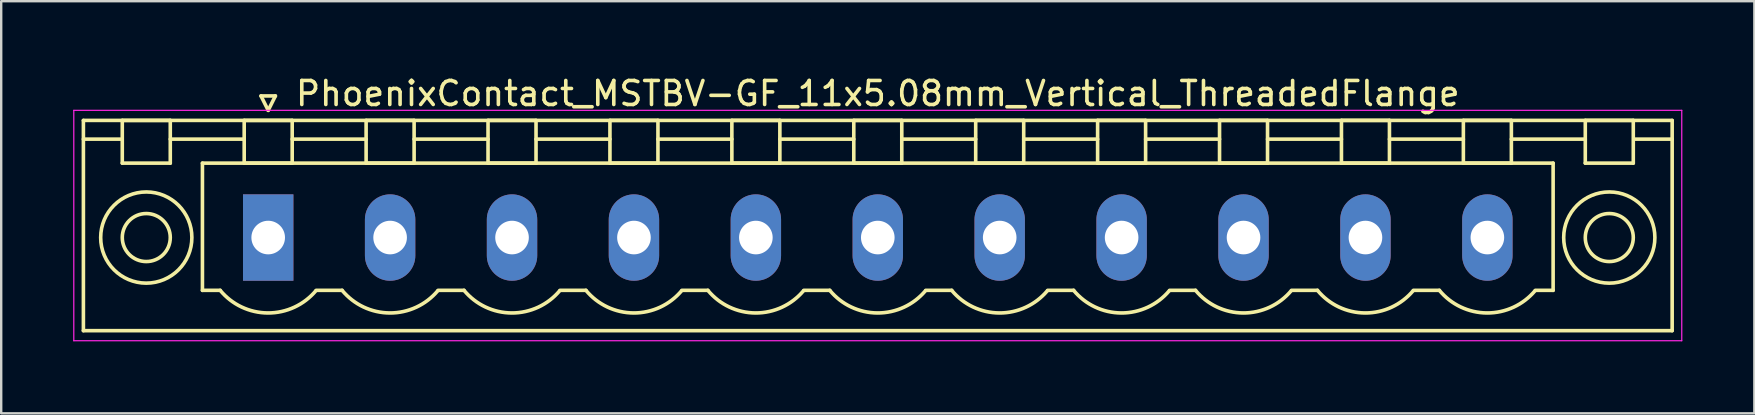
<source format=kicad_pcb>
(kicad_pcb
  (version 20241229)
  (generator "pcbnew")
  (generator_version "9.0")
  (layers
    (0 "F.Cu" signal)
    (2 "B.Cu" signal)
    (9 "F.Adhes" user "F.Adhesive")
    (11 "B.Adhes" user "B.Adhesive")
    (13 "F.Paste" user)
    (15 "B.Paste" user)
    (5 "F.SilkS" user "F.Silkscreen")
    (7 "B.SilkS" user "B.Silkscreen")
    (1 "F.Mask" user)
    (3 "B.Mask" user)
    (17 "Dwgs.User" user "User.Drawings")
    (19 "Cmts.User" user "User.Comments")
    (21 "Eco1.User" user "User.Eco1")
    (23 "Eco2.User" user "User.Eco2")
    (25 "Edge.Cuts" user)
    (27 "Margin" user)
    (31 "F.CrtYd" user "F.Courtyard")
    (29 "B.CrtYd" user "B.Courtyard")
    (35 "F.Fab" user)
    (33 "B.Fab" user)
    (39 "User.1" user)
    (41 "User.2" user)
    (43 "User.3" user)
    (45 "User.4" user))
  (footprint "PhoenixContact_MSTBV-GF_11x5.08mm_Vertical_ThreadedFlange"
    (layer "F.Cu")
    (at 8.125 6.848)
    (property "Reference" "PhoenixContact_MSTBV-GF_11x5.08mm_Vertical_ThreadedFlange" (at 25.4 -6 0) (layer "F.SilkS") (effects (font (size 1 1) (thickness 0.15))))
    (attr through_hole)
    (fp_line (start -7.7 -4.88) (end -7.7 3.88) (stroke (width 0.15) (type solid)) (layer "F.SilkS"))
    (fp_line (start -7.7 -4.1) (end -6.16 -4.1) (stroke (width 0.15) (type solid)) (layer "F.SilkS"))
    (fp_line (start -7.7 3.88) (end 58.5 3.88) (stroke (width 0.15) (type solid)) (layer "F.SilkS"))
    (fp_line (start -6.08 -4.88) (end -4.08 -4.88) (stroke (width 0.15) (type solid)) (layer "F.SilkS"))
    (fp_line (start -6.08 -3.1) (end -6.08 -4.88) (stroke (width 0.15) (type solid)) (layer "F.SilkS"))
    (fp_line (start -4.08 -4.88) (end -4.08 -3.1) (stroke (width 0.15) (type solid)) (layer "F.SilkS"))
    (fp_line (start -4.08 -4.1) (end -1 -4.1) (stroke (width 0.15) (type solid)) (layer "F.SilkS"))
    (fp_line (start -4.08 -3.1) (end -6.08 -3.1) (stroke (width 0.15) (type solid)) (layer "F.SilkS"))
    (fp_line (start -2.74 -3.1) (end 53.54 -3.1) (stroke (width 0.15) (type solid)) (layer "F.SilkS"))
    (fp_line (start -2.74 2.2) (end -2.74 -3.1) (stroke (width 0.15) (type solid)) (layer "F.SilkS"))
    (fp_line (start -2 2.2) (end -2.74 2.2) (stroke (width 0.15) (type solid)) (layer "F.SilkS"))
    (fp_line (start -1 -4.88) (end 1 -4.88) (stroke (width 0.15) (type solid)) (layer "F.SilkS"))
    (fp_line (start -1 -3.1) (end -1 -4.88) (stroke (width 0.15) (type solid)) (layer "F.SilkS"))
    (fp_line (start -0.3 -5.9) (end 0 -5.3) (stroke (width 0.15) (type solid)) (layer "F.SilkS"))
    (fp_line (start 0 -5.3) (end 0.3 -5.9) (stroke (width 0.15) (type solid)) (layer "F.SilkS"))
    (fp_line (start 0.3 -5.9) (end -0.3 -5.9) (stroke (width 0.15) (type solid)) (layer "F.SilkS"))
    (fp_line (start 1 -4.88) (end 1 -3.1) (stroke (width 0.15) (type solid)) (layer "F.SilkS"))
    (fp_line (start 1 -4.1) (end 4.08 -4.1) (stroke (width 0.15) (type solid)) (layer "F.SilkS"))
    (fp_line (start 1 -3.1) (end -1 -3.1) (stroke (width 0.15) (type solid)) (layer "F.SilkS"))
    (fp_line (start 2 2.2) (end 3.08 2.2) (stroke (width 0.15) (type solid)) (layer "F.SilkS"))
    (fp_line (start 4.08 -4.88) (end 6.08 -4.88) (stroke (width 0.15) (type solid)) (layer "F.SilkS"))
    (fp_line (start 4.08 -3.1) (end 4.08 -4.88) (stroke (width 0.15) (type solid)) (layer "F.SilkS"))
    (fp_line (start 6.08 -4.88) (end 6.08 -3.1) (stroke (width 0.15) (type solid)) (layer "F.SilkS"))
    (fp_line (start 6.08 -4.1) (end 9.16 -4.1) (stroke (width 0.15) (type solid)) (layer "F.SilkS"))
    (fp_line (start 6.08 -3.1) (end 4.08 -3.1) (stroke (width 0.15) (type solid)) (layer "F.SilkS"))
    (fp_line (start 7.08 2.2) (end 8.16 2.2) (stroke (width 0.15) (type solid)) (layer "F.SilkS"))
    (fp_line (start 9.16 -4.88) (end 11.16 -4.88) (stroke (width 0.15) (type solid)) (layer "F.SilkS"))
    (fp_line (start 9.16 -3.1) (end 9.16 -4.88) (stroke (width 0.15) (type solid)) (layer "F.SilkS"))
    (fp_line (start 11.16 -4.88) (end 11.16 -3.1) (stroke (width 0.15) (type solid)) (layer "F.SilkS"))
    (fp_line (start 11.16 -4.1) (end 14.24 -4.1) (stroke (width 0.15) (type solid)) (layer "F.SilkS"))
    (fp_line (start 11.16 -3.1) (end 9.16 -3.1) (stroke (width 0.15) (type solid)) (layer "F.SilkS"))
    (fp_line (start 12.16 2.2) (end 13.24 2.2) (stroke (width 0.15) (type solid)) (layer "F.SilkS"))
    (fp_line (start 14.24 -4.88) (end 16.24 -4.88) (stroke (width 0.15) (type solid)) (layer "F.SilkS"))
    (fp_line (start 14.24 -3.1) (end 14.24 -4.88) (stroke (width 0.15) (type solid)) (layer "F.SilkS"))
    (fp_line (start 16.24 -4.88) (end 16.24 -3.1) (stroke (width 0.15) (type solid)) (layer "F.SilkS"))
    (fp_line (start 16.24 -4.1) (end 19.32 -4.1) (stroke (width 0.15) (type solid)) (layer "F.SilkS"))
    (fp_line (start 16.24 -3.1) (end 14.24 -3.1) (stroke (width 0.15) (type solid)) (layer "F.SilkS"))
    (fp_line (start 17.24 2.2) (end 18.32 2.2) (stroke (width 0.15) (type solid)) (layer "F.SilkS"))
    (fp_line (start 19.32 -4.88) (end 21.32 -4.88) (stroke (width 0.15) (type solid)) (layer "F.SilkS"))
    (fp_line (start 19.32 -3.1) (end 19.32 -4.88) (stroke (width 0.15) (type solid)) (layer "F.SilkS"))
    (fp_line (start 21.32 -4.88) (end 21.32 -3.1) (stroke (width 0.15) (type solid)) (layer "F.SilkS"))
    (fp_line (start 21.32 -4.1) (end 24.4 -4.1) (stroke (width 0.15) (type solid)) (layer "F.SilkS"))
    (fp_line (start 21.32 -3.1) (end 19.32 -3.1) (stroke (width 0.15) (type solid)) (layer "F.SilkS"))
    (fp_line (start 22.32 2.2) (end 23.4 2.2) (stroke (width 0.15) (type solid)) (layer "F.SilkS"))
    (fp_line (start 24.4 -4.88) (end 26.4 -4.88) (stroke (width 0.15) (type solid)) (layer "F.SilkS"))
    (fp_line (start 24.4 -3.1) (end 24.4 -4.88) (stroke (width 0.15) (type solid)) (layer "F.SilkS"))
    (fp_line (start 26.4 -4.88) (end 26.4 -3.1) (stroke (width 0.15) (type solid)) (layer "F.SilkS"))
    (fp_line (start 26.4 -4.1) (end 29.48 -4.1) (stroke (width 0.15) (type solid)) (layer "F.SilkS"))
    (fp_line (start 26.4 -3.1) (end 24.4 -3.1) (stroke (width 0.15) (type solid)) (layer "F.SilkS"))
    (fp_line (start 27.4 2.2) (end 28.48 2.2) (stroke (width 0.15) (type solid)) (layer "F.SilkS"))
    (fp_line (start 29.48 -4.88) (end 31.48 -4.88) (stroke (width 0.15) (type solid)) (layer "F.SilkS"))
    (fp_line (start 29.48 -3.1) (end 29.48 -4.88) (stroke (width 0.15) (type solid)) (layer "F.SilkS"))
    (fp_line (start 31.48 -4.88) (end 31.48 -3.1) (stroke (width 0.15) (type solid)) (layer "F.SilkS"))
    (fp_line (start 31.48 -4.1) (end 34.56 -4.1) (stroke (width 0.15) (type solid)) (layer "F.SilkS"))
    (fp_line (start 31.48 -3.1) (end 29.48 -3.1) (stroke (width 0.15) (type solid)) (layer "F.SilkS"))
    (fp_line (start 32.48 2.2) (end 33.56 2.2) (stroke (width 0.15) (type solid)) (layer "F.SilkS"))
    (fp_line (start 34.56 -4.88) (end 36.56 -4.88) (stroke (width 0.15) (type solid)) (layer "F.SilkS"))
    (fp_line (start 34.56 -3.1) (end 34.56 -4.88) (stroke (width 0.15) (type solid)) (layer "F.SilkS"))
    (fp_line (start 36.56 -4.88) (end 36.56 -3.1) (stroke (width 0.15) (type solid)) (layer "F.SilkS"))
    (fp_line (start 36.56 -4.1) (end 39.64 -4.1) (stroke (width 0.15) (type solid)) (layer "F.SilkS"))
    (fp_line (start 36.56 -3.1) (end 34.56 -3.1) (stroke (width 0.15) (type solid)) (layer "F.SilkS"))
    (fp_line (start 37.56 2.2) (end 38.64 2.2) (stroke (width 0.15) (type solid)) (layer "F.SilkS"))
    (fp_line (start 39.64 -4.88) (end 41.64 -4.88) (stroke (width 0.15) (type solid)) (layer "F.SilkS"))
    (fp_line (start 39.64 -3.1) (end 39.64 -4.88) (stroke (width 0.15) (type solid)) (layer "F.SilkS"))
    (fp_line (start 41.64 -4.88) (end 41.64 -3.1) (stroke (width 0.15) (type solid)) (layer "F.SilkS"))
    (fp_line (start 41.64 -4.1) (end 44.72 -4.1) (stroke (width 0.15) (type solid)) (layer "F.SilkS"))
    (fp_line (start 41.64 -3.1) (end 39.64 -3.1) (stroke (width 0.15) (type solid)) (layer "F.SilkS"))
    (fp_line (start 42.64 2.2) (end 43.72 2.2) (stroke (width 0.15) (type solid)) (layer "F.SilkS"))
    (fp_line (start 44.72 -4.88) (end 46.72 -4.88) (stroke (width 0.15) (type solid)) (layer "F.SilkS"))
    (fp_line (start 44.72 -3.1) (end 44.72 -4.88) (stroke (width 0.15) (type solid)) (layer "F.SilkS"))
    (fp_line (start 46.72 -4.88) (end 46.72 -3.1) (stroke (width 0.15) (type solid)) (layer "F.SilkS"))
    (fp_line (start 46.72 -4.1) (end 49.8 -4.1) (stroke (width 0.15) (type solid)) (layer "F.SilkS"))
    (fp_line (start 46.72 -3.1) (end 44.72 -3.1) (stroke (width 0.15) (type solid)) (layer "F.SilkS"))
    (fp_line (start 47.72 2.2) (end 48.8 2.2) (stroke (width 0.15) (type solid)) (layer "F.SilkS"))
    (fp_line (start 49.8 -4.88) (end 51.8 -4.88) (stroke (width 0.15) (type solid)) (layer "F.SilkS"))
    (fp_line (start 49.8 -3.1) (end 49.8 -4.88) (stroke (width 0.15) (type solid)) (layer "F.SilkS"))
    (fp_line (start 51.8 -4.88) (end 51.8 -3.1) (stroke (width 0.15) (type solid)) (layer "F.SilkS"))
    (fp_line (start 51.8 -4.1) (end 54.88 -4.1) (stroke (width 0.15) (type solid)) (layer "F.SilkS"))
    (fp_line (start 51.8 -3.1) (end 49.8 -3.1) (stroke (width 0.15) (type solid)) (layer "F.SilkS"))
    (fp_line (start 53.54 -3.1) (end 53.54 2.2) (stroke (width 0.15) (type solid)) (layer "F.SilkS"))
    (fp_line (start 53.54 2.2) (end 52.8 2.2) (stroke (width 0.15) (type solid)) (layer "F.SilkS"))
    (fp_line (start 54.88 -4.88) (end 56.88 -4.88) (stroke (width 0.15) (type solid)) (layer "F.SilkS"))
    (fp_line (start 54.88 -3.1) (end 54.88 -4.88) (stroke (width 0.15) (type solid)) (layer "F.SilkS"))
    (fp_line (start 56.88 -4.88) (end 56.88 -3.1) (stroke (width 0.15) (type solid)) (layer "F.SilkS"))
    (fp_line (start 56.88 -3.1) (end 54.88 -3.1) (stroke (width 0.15) (type solid)) (layer "F.SilkS"))
    (fp_line (start 58.5 -4.88) (end -7.7 -4.88) (stroke (width 0.15) (type solid)) (layer "F.SilkS"))
    (fp_line (start 58.5 -4.1) (end 56.96 -4.1) (stroke (width 0.15) (type solid)) (layer "F.SilkS"))
    (fp_line (start 58.5 3.88) (end 58.5 -4.88) (stroke (width 0.15) (type solid)) (layer "F.SilkS"))
    (fp_arc (start 1.986842 2.215821) (mid -0.010289 3.142758) (end -2 2.2) (stroke (width 0.15) (type solid)) (layer "F.SilkS"))
    (fp_arc (start 7.066842 2.215821) (mid 5.069711 3.142758) (end 3.08 2.2) (stroke (width 0.15) (type solid)) (layer "F.SilkS"))
    (fp_arc (start 12.146842 2.215821) (mid 10.149711 3.142758) (end 8.16 2.2) (stroke (width 0.15) (type solid)) (layer "F.SilkS"))
    (fp_arc (start 17.226842 2.215821) (mid 15.229711 3.142758) (end 13.24 2.2) (stroke (width 0.15) (type solid)) (layer "F.SilkS"))
    (fp_arc (start 22.306842 2.215821) (mid 20.309711 3.142758) (end 18.32 2.2) (stroke (width 0.15) (type solid)) (layer "F.SilkS"))
    (fp_arc (start 27.386842 2.215821) (mid 25.389711 3.142758) (end 23.4 2.2) (stroke (width 0.15) (type solid)) (layer "F.SilkS"))
    (fp_arc (start 32.466842 2.215821) (mid 30.469711 3.142758) (end 28.48 2.2) (stroke (width 0.15) (type solid)) (layer "F.SilkS"))
    (fp_arc (start 37.546842 2.215821) (mid 35.549711 3.142758) (end 33.56 2.2) (stroke (width 0.15) (type solid)) (layer "F.SilkS"))
    (fp_arc (start 42.626842 2.215821) (mid 40.629711 3.142758) (end 38.64 2.2) (stroke (width 0.15) (type solid)) (layer "F.SilkS"))
    (fp_arc (start 47.706842 2.215821) (mid 45.709711 3.142758) (end 43.72 2.2) (stroke (width 0.15) (type solid)) (layer "F.SilkS"))
    (fp_arc (start 52.786842 2.215821) (mid 50.789711 3.142758) (end 48.8 2.2) (stroke (width 0.15) (type solid)) (layer "F.SilkS"))
    (fp_circle (center -5.08 0) (end -4.08 0) (stroke (width 0.15) (type solid)) (fill no) (layer "F.SilkS"))
    (fp_circle (center -5.08 0) (end -3.18 0) (stroke (width 0.15) (type solid)) (fill no) (layer "F.SilkS"))
    (fp_circle (center 55.88 0) (end 56.88 0) (stroke (width 0.15) (type solid)) (fill no) (layer "F.SilkS"))
    (fp_circle (center 55.88 0) (end 57.78 0) (stroke (width 0.15) (type solid)) (fill no) (layer "F.SilkS"))
    (fp_line (start -8.1 -5.3) (end -8.1 4.3) (stroke (width 0.05) (type solid)) (layer "F.CrtYd"))
    (fp_line (start -8.1 4.3) (end 58.9 4.3) (stroke (width 0.05) (type solid)) (layer "F.CrtYd"))
    (fp_line (start 58.9 -5.3) (end -8.1 -5.3) (stroke (width 0.05) (type solid)) (layer "F.CrtYd"))
    (fp_line (start 58.9 4.3) (end 58.9 -5.3) (stroke (width 0.05) (type solid)) (layer "F.CrtYd"))
    (pad "1" thru_hole rect (at 0 0) (size 2.1 3.6) (drill 1.4) (layers "*.Cu" "*.Mask"))
    (pad "2" thru_hole oval (at 5.08 0) (size 2.1 3.6) (drill 1.4) (layers "*.Cu" "*.Mask"))
    (pad "3" thru_hole oval (at 10.16 0) (size 2.1 3.6) (drill 1.4) (layers "*.Cu" "*.Mask"))
    (pad "4" thru_hole oval (at 15.24 0) (size 2.1 3.6) (drill 1.4) (layers "*.Cu" "*.Mask"))
    (pad "5" thru_hole oval (at 20.32 0) (size 2.1 3.6) (drill 1.4) (layers "*.Cu" "*.Mask"))
    (pad "6" thru_hole oval (at 25.4 0) (size 2.1 3.6) (drill 1.4) (layers "*.Cu" "*.Mask"))
    (pad "7" thru_hole oval (at 30.48 0) (size 2.1 3.6) (drill 1.4) (layers "*.Cu" "*.Mask"))
    (pad "8" thru_hole oval (at 35.56 0) (size 2.1 3.6) (drill 1.4) (layers "*.Cu" "*.Mask"))
    (pad "9" thru_hole oval (at 40.64 0) (size 2.1 3.6) (drill 1.4) (layers "*.Cu" "*.Mask"))
    (pad "10" thru_hole oval (at 45.72 0) (size 2.1 3.6) (drill 1.4) (layers "*.Cu" "*.Mask"))
    (pad "11" thru_hole oval (at 50.8 0) (size 2.1 3.6) (drill 1.4) (layers "*.Cu" "*.Mask")))
  (gr_rect
    (start -3 -3)
    (end 70.05 14.173)
    (stroke (width 0.1) (type default))
    (fill no)
    (layer "Edge.Cuts")))
</source>
